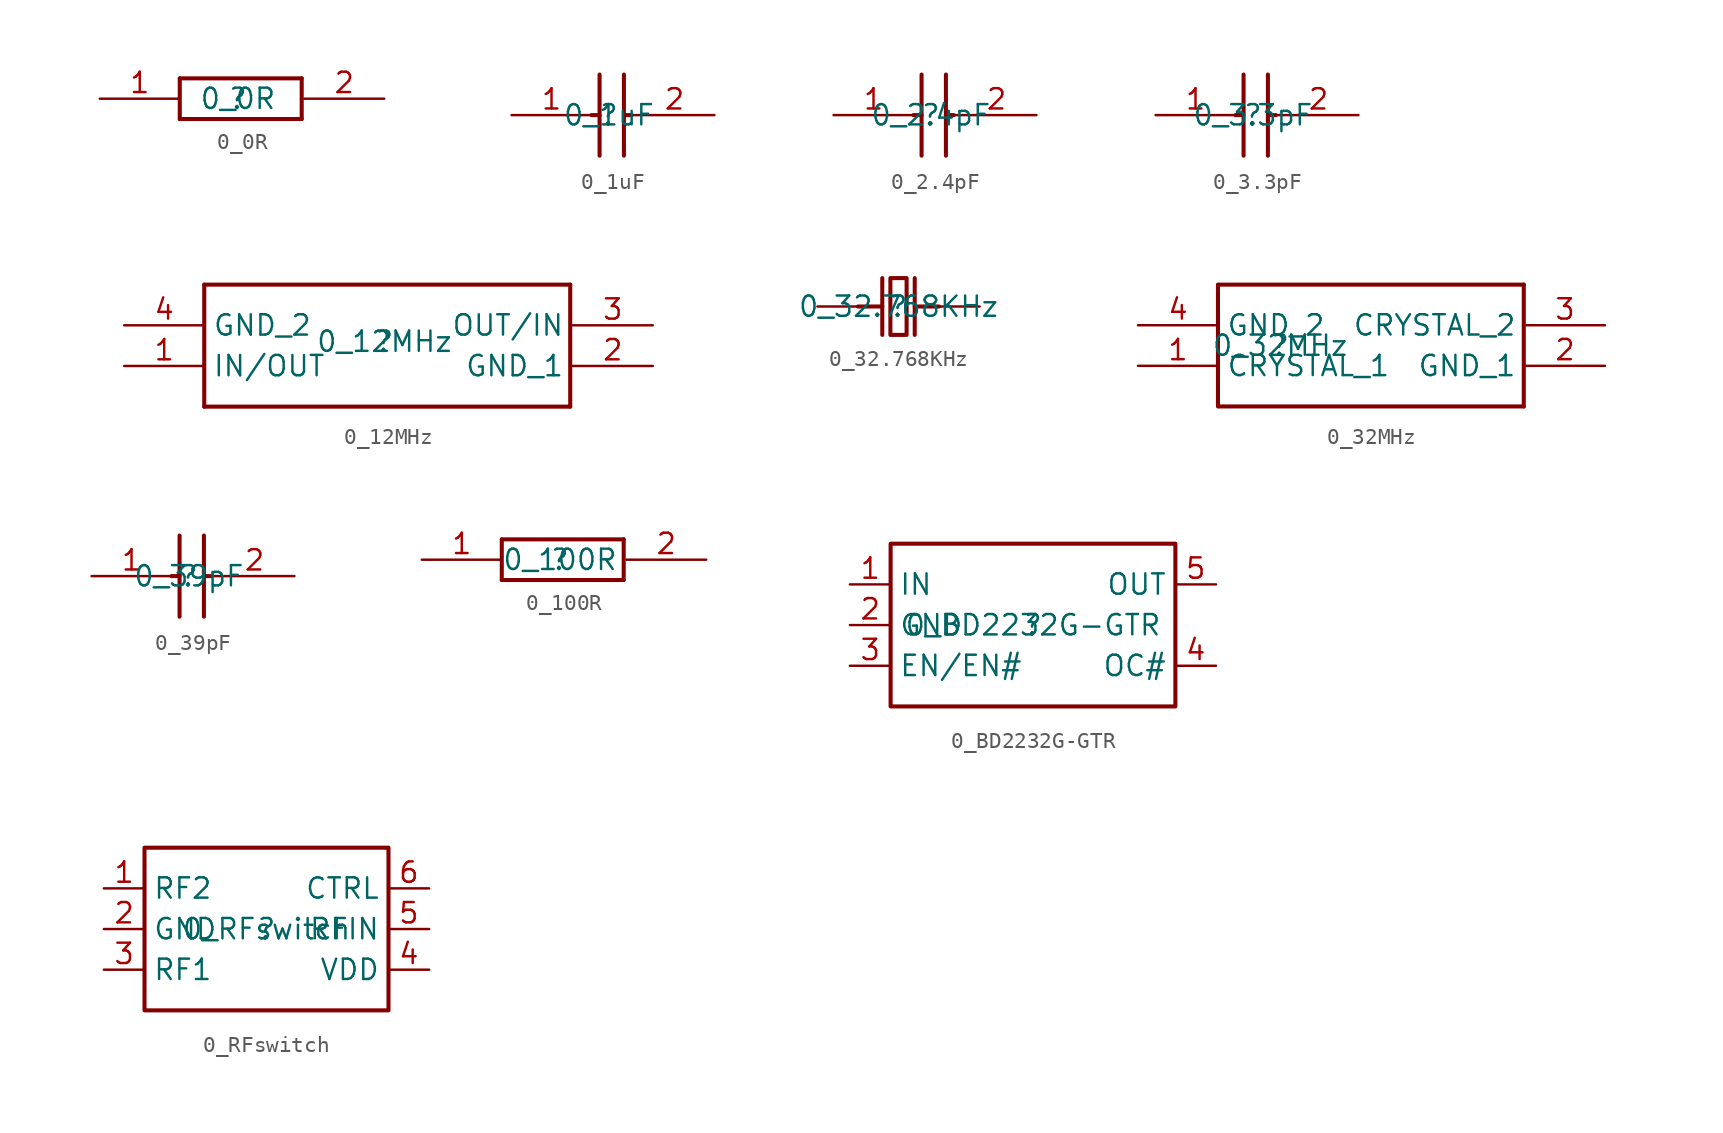
<source format=kicad_sym>
(kicad_symbol_lib
  (version 20211014)
  (generator kicad_symbol_editor)
  (symbol "0_0R"
    (property "Reference" ""
      (at 0 0 0)
      (effects (font (size 1.27 1.27))))
    (property "Value" "0_0R"
      (at 0 0 0)
      (effects (font (size 1.27 1.27))))
    (symbol "0_0R_1_0"
      (polyline (pts (xy -3.635 1.27) (xy -3.635 -1.27)) (stroke (width 0.254) (type default) (color 0 0 0 0)) (fill (type none)))
      (polyline (pts (xy -3.635 1.27) (xy 3.985 1.27)) (stroke (width 0.254) (type default) (color 0 0 0 0)) (fill (type none)))
      (polyline (pts (xy 3.985 -1.27) (xy -3.635 -1.27)) (stroke (width 0.254) (type default) (color 0 0 0 0)) (fill (type none)))
      (polyline (pts (xy 3.985 -1.27) (xy 3.985 1.27)) (stroke (width 0.254) (type default) (color 0 0 0 0)) (fill (type none)))
      (pin passive line (at -8.636 0 0) (length 5) (name "1" (effects (font (size 0 0)))) (number "1" (effects (font (size 1.27 1.27)))))
      (pin passive line (at 9.144 0 180) (length 5) (name "2" (effects (font (size 0 0)))) (number "2" (effects (font (size 1.27 1.27)))))))
  (symbol "0_1uF"
    (property "Reference" ""
      (at 0 0 0)
      (effects (font (size 1.27 1.27))))
    (property "Value" "0_1uF"
      (at 0 0 0)
      (effects (font (size 1.27 1.27))))
    (symbol "0_1uF_1_0"
      (polyline (pts (xy -1.095 0) (xy -0.587 0)) (stroke (width 0.254) (type default) (color 0 0 0 0)) (fill (type none)))
      (polyline (pts (xy -0.587 2.54) (xy -0.587 -2.54)) (stroke (width 0.254) (type default) (color 0 0 0 0)) (fill (type none)))
      (polyline (pts (xy 0.937 0) (xy 1.445 0)) (stroke (width 0.254) (type default) (color 0 0 0 0)) (fill (type none)))
      (polyline (pts (xy 0.937 2.54) (xy 0.937 -2.54)) (stroke (width 0.254) (type default) (color 0 0 0 0)) (fill (type none)))
      (pin passive line (at -6.096 0 0) (length 5) (name "1" (effects (font (size 0 0)))) (number "1" (effects (font (size 1.27 1.27)))))
      (pin passive line (at 6.604 0 180) (length 5) (name "2" (effects (font (size 0 0)))) (number "2" (effects (font (size 1.27 1.27)))))))
  (symbol "0_2.4pF"
    (property "Reference" ""
      (at 0 0 0)
      (effects (font (size 1.27 1.27))))
    (property "Value" "0_2.4pF"
      (at 0 0 0)
      (effects (font (size 1.27 1.27))))
    (symbol "0_2.4pF_1_0"
      (polyline (pts (xy -1.095 0) (xy -0.587 0)) (stroke (width 0.254) (type default) (color 0 0 0 0)) (fill (type none)))
      (polyline (pts (xy -0.587 2.54) (xy -0.587 -2.54)) (stroke (width 0.254) (type default) (color 0 0 0 0)) (fill (type none)))
      (polyline (pts (xy 0.937 0) (xy 1.445 0)) (stroke (width 0.254) (type default) (color 0 0 0 0)) (fill (type none)))
      (polyline (pts (xy 0.937 2.54) (xy 0.937 -2.54)) (stroke (width 0.254) (type default) (color 0 0 0 0)) (fill (type none)))
      (pin passive line (at -6.096 0 0) (length 5) (name "1" (effects (font (size 0 0)))) (number "1" (effects (font (size 1.27 1.27)))))
      (pin passive line (at 6.604 0 180) (length 5) (name "2" (effects (font (size 0 0)))) (number "2" (effects (font (size 1.27 1.27)))))))
  (symbol "0_3.3pF"
    (property "Reference" ""
      (at 0 0 0)
      (effects (font (size 1.27 1.27))))
    (property "Value" "0_3.3pF"
      (at 0 0 0)
      (effects (font (size 1.27 1.27))))
    (symbol "0_3.3pF_1_0"
      (polyline (pts (xy -1.095 0) (xy -0.587 0)) (stroke (width 0.254) (type default) (color 0 0 0 0)) (fill (type none)))
      (polyline (pts (xy -0.587 2.54) (xy -0.587 -2.54)) (stroke (width 0.254) (type default) (color 0 0 0 0)) (fill (type none)))
      (polyline (pts (xy 0.937 0) (xy 1.445 0)) (stroke (width 0.254) (type default) (color 0 0 0 0)) (fill (type none)))
      (polyline (pts (xy 0.937 2.54) (xy 0.937 -2.54)) (stroke (width 0.254) (type default) (color 0 0 0 0)) (fill (type none)))
      (pin passive line (at -6.096 0 0) (length 5) (name "1" (effects (font (size 0 0)))) (number "1" (effects (font (size 1.27 1.27)))))
      (pin passive line (at 6.604 0 180) (length 5) (name "2" (effects (font (size 0 0)))) (number "2" (effects (font (size 1.27 1.27)))))))
  (symbol "0_12MHz"
    (property "Reference" ""
      (at 0 0 0)
      (effects (font (size 1.27 1.27))))
    (property "Value" "0_12MHz"
      (at 0 0 0)
      (effects (font (size 1.27 1.27))))
    (symbol "0_12MHz_1_0"
      (polyline (pts (xy -11.255 3.556) (xy -11.255 -4.064)) (stroke (width 0.254) (type default) (color 0 0 0 0)) (fill (type none)))
      (polyline (pts (xy -11.255 3.556) (xy 11.605 3.556)) (stroke (width 0.254) (type default) (color 0 0 0 0)) (fill (type none)))
      (polyline (pts (xy 11.605 -4.064) (xy -11.255 -4.064)) (stroke (width 0.254) (type default) (color 0 0 0 0)) (fill (type none)))
      (polyline (pts (xy 11.605 -4.064) (xy 11.605 3.556)) (stroke (width 0.254) (type default) (color 0 0 0 0)) (fill (type none)))
      (pin passive line (at -16.256 -1.524 0) (length 5) (name "IN/OUT" (effects (font (size 1.27 1.27)))) (number "1" (effects (font (size 1.27 1.27)))))
      (pin passive line (at 16.764 -1.524 180) (length 5) (name "GND_1" (effects (font (size 1.27 1.27)))) (number "2" (effects (font (size 1.27 1.27)))))
      (pin passive line (at 16.764 1.016 180) (length 5) (name "OUT/IN" (effects (font (size 1.27 1.27)))) (number "3" (effects (font (size 1.27 1.27)))))
      (pin passive line (at -16.256 1.016 0) (length 5) (name "GND_2" (effects (font (size 1.27 1.27)))) (number "4" (effects (font (size 1.27 1.27)))))))
  (symbol "0_32.768KHz"
    (property "Reference" ""
      (at 0 0 0)
      (effects (font (size 1.27 1.27))))
    (property "Value" "0_32.768KHz"
      (at 0 0 0)
      (effects (font (size 1.27 1.27))))
    (symbol "0_32.768KHz_1_0"
      (polyline (pts (xy -2.54 0) (xy -1.016 0)) (stroke (width 0.254) (type default) (color 0 0 0 0)) (fill (type none)))
      (polyline (pts (xy -1.016 1.778) (xy -1.016 -1.778)) (stroke (width 0.254) (type default) (color 0 0 0 0)) (fill (type none)))
      (polyline (pts (xy 1.016 0) (xy 2.54 0)) (stroke (width 0.254) (type default) (color 0 0 0 0)) (fill (type none)))
      (polyline (pts (xy 1.016 1.778) (xy 1.016 -1.778)) (stroke (width 0.254) (type default) (color 0 0 0 0)) (fill (type none)))
      (rectangle (start 0.508 1.778) (end -0.508 -1.778) (stroke (width 0.254) (type default) (color 0 0 0 0)) (fill (type none)))
      (pin passive line (at -5.08 0 0) (length 2.54) (name "1" (effects (font (size 0 0)))) (number "1" (effects (font (size 0 0)))))
      (pin passive line (at 5.08 0 180) (length 2.54) (name "2" (effects (font (size 0 0)))) (number "2" (effects (font (size 0 0)))))))
  (symbol "0_32MHz"
    (property "Reference" ""
      (at 0 0 0)
      (effects (font (size 1.27 1.27))))
    (property "Value" "0_32MHz"
      (at 0 0 0)
      (effects (font (size 1.27 1.27))))
    (symbol "0_32MHz_1_0"
      (polyline (pts (xy -3.889 3.81) (xy -3.889 -3.81)) (stroke (width 0.254) (type default) (color 0 0 0 0)) (fill (type none)))
      (polyline (pts (xy -3.81 3.81) (xy 15.24 3.81)) (stroke (width 0.254) (type default) (color 0 0 0 0)) (fill (type none)))
      (polyline (pts (xy 15.24 -3.81) (xy -3.81 -3.81)) (stroke (width 0.254) (type default) (color 0 0 0 0)) (fill (type none)))
      (polyline (pts (xy 15.24 -3.81) (xy 15.24 3.81)) (stroke (width 0.254) (type default) (color 0 0 0 0)) (fill (type none)))
      (pin passive line (at -8.89 -1.27 0) (length 5) (name "CRYSTAL_1" (effects (font (size 1.27 1.27)))) (number "1" (effects (font (size 1.27 1.27)))))
      (pin passive line (at 20.32 -1.27 180) (length 5) (name "GND_1" (effects (font (size 1.27 1.27)))) (number "2" (effects (font (size 1.27 1.27)))))
      (pin passive line (at 20.32 1.27 180) (length 5) (name "CRYSTAL_2" (effects (font (size 1.27 1.27)))) (number "3" (effects (font (size 1.27 1.27)))))
      (pin passive line (at -8.89 1.27 0) (length 5) (name "GND_2" (effects (font (size 1.27 1.27)))) (number "4" (effects (font (size 1.27 1.27)))))))
  (symbol "0_39pF"
    (property "Reference" ""
      (at 0 0 0)
      (effects (font (size 1.27 1.27))))
    (property "Value" "0_39pF"
      (at 0 0 0)
      (effects (font (size 1.27 1.27))))
    (symbol "0_39pF_1_0"
      (polyline (pts (xy -1.095 0) (xy -0.587 0)) (stroke (width 0.254) (type default) (color 0 0 0 0)) (fill (type none)))
      (polyline (pts (xy -0.587 2.54) (xy -0.587 -2.54)) (stroke (width 0.254) (type default) (color 0 0 0 0)) (fill (type none)))
      (polyline (pts (xy 0.937 0) (xy 1.445 0)) (stroke (width 0.254) (type default) (color 0 0 0 0)) (fill (type none)))
      (polyline (pts (xy 0.937 2.54) (xy 0.937 -2.54)) (stroke (width 0.254) (type default) (color 0 0 0 0)) (fill (type none)))
      (pin passive line (at -6.096 0 0) (length 5) (name "1" (effects (font (size 0 0)))) (number "1" (effects (font (size 1.27 1.27)))))
      (pin passive line (at 6.604 0 180) (length 5) (name "2" (effects (font (size 0 0)))) (number "2" (effects (font (size 1.27 1.27)))))))
  (symbol "0_100R"
    (property "Reference" ""
      (at 0 0 0)
      (effects (font (size 1.27 1.27))))
    (property "Value" "0_100R"
      (at 0 0 0)
      (effects (font (size 1.27 1.27))))
    (symbol "0_100R_1_0"
      (polyline (pts (xy -3.635 1.27) (xy -3.635 -1.27)) (stroke (width 0.254) (type default) (color 0 0 0 0)) (fill (type none)))
      (polyline (pts (xy -3.635 1.27) (xy 3.985 1.27)) (stroke (width 0.254) (type default) (color 0 0 0 0)) (fill (type none)))
      (polyline (pts (xy 3.985 -1.27) (xy -3.635 -1.27)) (stroke (width 0.254) (type default) (color 0 0 0 0)) (fill (type none)))
      (polyline (pts (xy 3.985 -1.27) (xy 3.985 1.27)) (stroke (width 0.254) (type default) (color 0 0 0 0)) (fill (type none)))
      (pin passive line (at -8.636 0 0) (length 5) (name "1" (effects (font (size 0 0)))) (number "1" (effects (font (size 1.27 1.27)))))
      (pin passive line (at 9.144 0 180) (length 5) (name "2" (effects (font (size 0 0)))) (number "2" (effects (font (size 1.27 1.27)))))))
  (symbol "0_BD2232G-GTR"
    (property "Reference" ""
      (at 0 0 0)
      (effects (font (size 1.27 1.27))))
    (property "Value" "0_BD2232G-GTR"
      (at 0 0 0)
      (effects (font (size 1.27 1.27))))
    (symbol "0_BD2232G-GTR_1_0"
      (rectangle (start 8.89 5.08) (end -8.89 -5.08) (stroke (width 0.254) (type default) (color 0 0 0 0)) (fill (type none)))
      (pin passive line (at -11.43 2.54 0) (length 2.54) (name "IN" (effects (font (size 1.27 1.27)))) (number "1" (effects (font (size 1.27 1.27)))))
      (pin passive line (at -11.43 0 0) (length 2.54) (name "GND" (effects (font (size 1.27 1.27)))) (number "2" (effects (font (size 1.27 1.27)))))
      (pin passive line (at -11.43 -2.54 0) (length 2.54) (name "EN/EN#" (effects (font (size 1.27 1.27)))) (number "3" (effects (font (size 1.27 1.27)))))
      (pin passive line (at 11.43 -2.54 180) (length 2.54) (name "OC#" (effects (font (size 1.27 1.27)))) (number "4" (effects (font (size 1.27 1.27)))))
      (pin passive line (at 11.43 2.54 180) (length 2.54) (name "OUT" (effects (font (size 1.27 1.27)))) (number "5" (effects (font (size 1.27 1.27)))))))
  (symbol "0_RFswitch"
    (property "Reference" ""
      (at 0 0 0)
      (effects (font (size 1.27 1.27))))
    (property "Value" "0_RFswitch"
      (at 0 0 0)
      (effects (font (size 1.27 1.27))))
    (symbol "0_RFswitch_1_0"
      (rectangle (start 7.62 5.08) (end -7.62 -5.08) (stroke (width 0.254) (type default) (color 0 0 0 0)) (fill (type none)))
      (pin passive line (at -10.16 2.54 0) (length 2.54) (name "RF2" (effects (font (size 1.27 1.27)))) (number "1" (effects (font (size 1.27 1.27)))))
      (pin passive line (at -10.16 0 0) (length 2.54) (name "GND" (effects (font (size 1.27 1.27)))) (number "2" (effects (font (size 1.27 1.27)))))
      (pin passive line (at -10.16 -2.54 0) (length 2.54) (name "RF1" (effects (font (size 1.27 1.27)))) (number "3" (effects (font (size 1.27 1.27)))))
      (pin passive line (at 10.16 -2.54 180) (length 2.54) (name "VDD" (effects (font (size 1.27 1.27)))) (number "4" (effects (font (size 1.27 1.27)))))
      (pin passive line (at 10.16 0 180) (length 2.54) (name "RFIN" (effects (font (size 1.27 1.27)))) (number "5" (effects (font (size 1.27 1.27)))))
      (pin passive line (at 10.16 2.54 180) (length 2.54) (name "CTRL" (effects (font (size 1.27 1.27)))) (number "6" (effects (font (size 1.27 1.27))))))))
</source>
